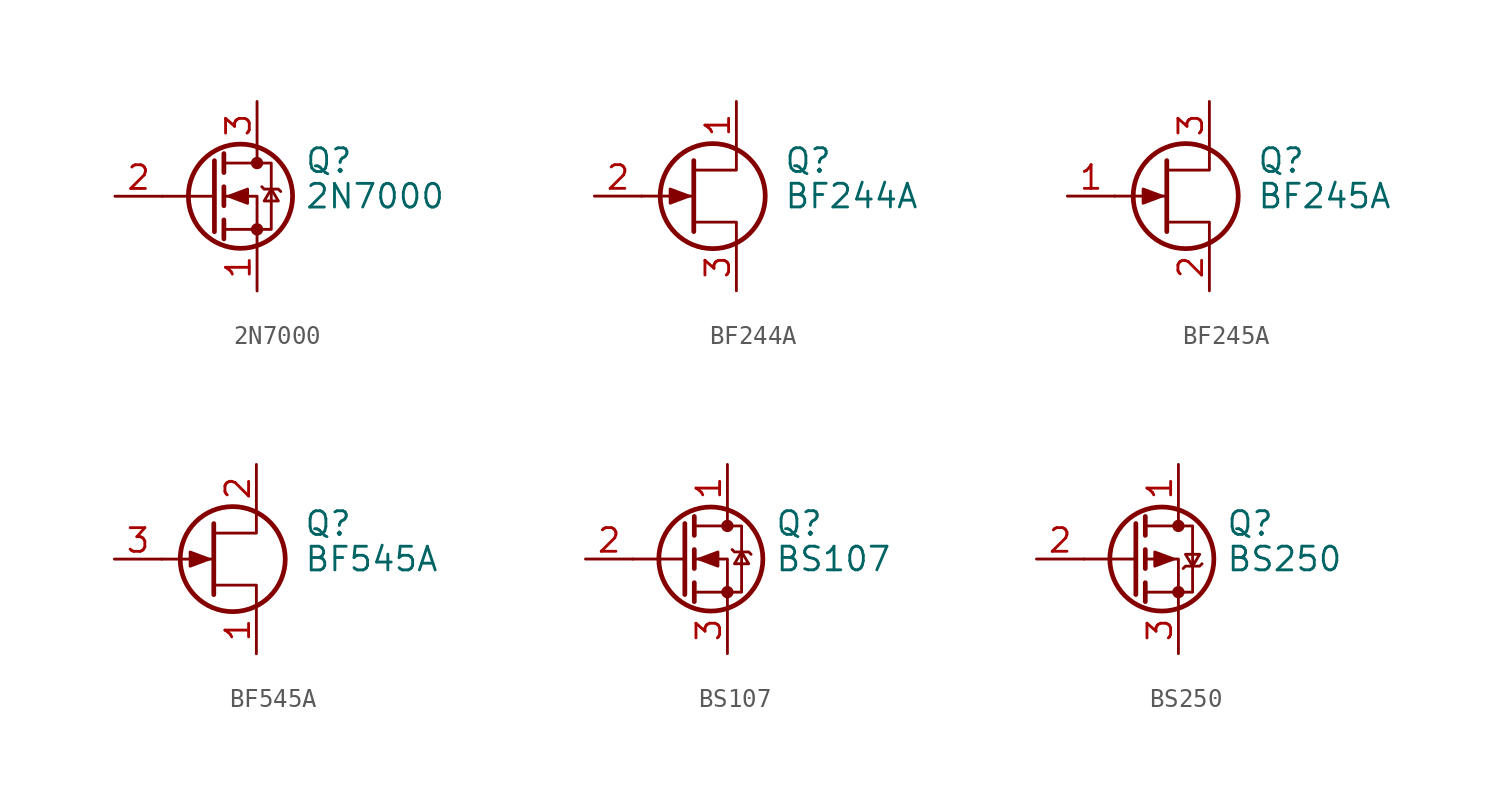
<source format=kicad_sym>
(kicad_symbol_lib
  (version 20210619)
  (generator kicad_symbol_editor)
  (symbol "Transistor_FET:2N7000"
    (pin_names hide)
    (property "Reference" "Q"
      (at 5.08 1.905 0)
      (effects (font (size 1.27 1.27)) (justify left)))
    (property "Value" "2N7000"
      (at 5.08 0 0)
      (effects (font (size 1.27 1.27)) (justify left)))
    (symbol "2N7000_0_1"
      (circle (center 1.651 0) (radius 2.794) (stroke (width 0.254)) (fill (type none)))
      (circle (center 2.54 -1.778) (radius 0.254) (stroke (width 0)) (fill (type outline)))
      (circle (center 2.54 1.778) (radius 0.254) (stroke (width 0)) (fill (type outline)))
      (polyline (pts (xy 0.254 0) (xy -2.54 0)) (stroke (width 0)) (fill (type none)))
      (polyline (pts (xy 0.254 1.905) (xy 0.254 -1.905)) (stroke (width 0.254)) (fill (type none)))
      (polyline (pts (xy 0.762 -1.27) (xy 0.762 -2.286)) (stroke (width 0.254)) (fill (type none)))
      (polyline (pts (xy 0.762 0.508) (xy 0.762 -0.508)) (stroke (width 0.254)) (fill (type none)))
      (polyline (pts (xy 0.762 2.286) (xy 0.762 1.27)) (stroke (width 0.254)) (fill (type none)))
      (polyline (pts (xy 2.54 2.54) (xy 2.54 1.778)) (stroke (width 0)) (fill (type none)))
      (polyline (pts (xy 2.54 -2.54) (xy 2.54 0) (xy 0.762 0)) (stroke (width 0)) (fill (type none)))
      (polyline (pts (xy 0.762 -1.778) (xy 3.302 -1.778) (xy 3.302 1.778) (xy 0.762 1.778)) (stroke (width 0)) (fill (type none)))
      (polyline (pts (xy 2.794 0.508) (xy 2.921 0.381) (xy 3.683 0.381) (xy 3.81 0.254)) (stroke (width 0)) (fill (type none)))
      (polyline (pts (xy 3.302 0.381) (xy 2.921 -0.254) (xy 3.683 -0.254) (xy 3.302 0.381)) (stroke (width 0)) (fill (type none)))
      (polyline (pts (xy 1.016 0) (xy 2.032 0.381) (xy 2.032 -0.381) (xy 1.016 0)) (stroke (width 0)) (fill (type outline))))
    (symbol "2N7000_1_1"
      (pin passive line (at 2.54 -5.08 90) (length 2.54) (name "S" (effects (font (size 1.27 1.27)))) (number "1" (effects (font (size 1.27 1.27)))))
      (pin input line (at -5.08 0 0) (length 2.54) (name "G" (effects (font (size 1.27 1.27)))) (number "2" (effects (font (size 1.27 1.27)))))
      (pin passive line (at 2.54 5.08 270) (length 2.54) (name "D" (effects (font (size 1.27 1.27)))) (number "3" (effects (font (size 1.27 1.27)))))))
  (symbol "Transistor_FET:BF244A"
    (pin_names hide)
    (property "Reference" "Q"
      (at 5.08 1.905 0)
      (effects (font (size 1.27 1.27)) (justify left)))
    (property "Value" "BF244A"
      (at 5.08 0 0)
      (effects (font (size 1.27 1.27)) (justify left)))
    (symbol "BF244A_0_1"
      (circle (center 1.27 0) (radius 2.819) (stroke (width 0.254)) (fill (type none)))
      (polyline (pts (xy 0.254 0) (xy -2.54 0)) (stroke (width 0)) (fill (type none)))
      (polyline (pts (xy 0.254 1.905) (xy 0.254 -1.905)) (stroke (width 0.254)) (fill (type none)))
      (polyline (pts (xy 2.54 -2.54) (xy 2.54 -1.397) (xy 0.254 -1.397)) (stroke (width 0)) (fill (type none)))
      (polyline (pts (xy 2.54 2.54) (xy 2.54 1.397) (xy 0.254 1.397)) (stroke (width 0)) (fill (type none)))
      (polyline (pts (xy 0 0) (xy -1.016 0.381) (xy -1.016 -0.381) (xy 0 0)) (stroke (width 0)) (fill (type outline))))
    (symbol "BF244A_1_1"
      (pin passive line (at 2.54 5.08 270) (length 2.54) (name "D" (effects (font (size 1.27 1.27)))) (number "1" (effects (font (size 1.27 1.27)))))
      (pin input line (at -5.08 0 0) (length 2.54) (name "G" (effects (font (size 1.27 1.27)))) (number "2" (effects (font (size 1.27 1.27)))))
      (pin passive line (at 2.54 -5.08 90) (length 2.54) (name "S" (effects (font (size 1.27 1.27)))) (number "3" (effects (font (size 1.27 1.27)))))))
  (symbol "Transistor_FET:BF245A"
    (pin_names hide)
    (property "Reference" "Q"
      (at 5.08 1.905 0)
      (effects (font (size 1.27 1.27)) (justify left)))
    (property "Value" "BF245A"
      (at 5.08 0 0)
      (effects (font (size 1.27 1.27)) (justify left)))
    (symbol "BF245A_0_1"
      (circle (center 1.27 0) (radius 2.819) (stroke (width 0.254)) (fill (type none)))
      (polyline (pts (xy 0.254 0) (xy -2.54 0)) (stroke (width 0)) (fill (type none)))
      (polyline (pts (xy 0.254 1.905) (xy 0.254 -1.905)) (stroke (width 0.254)) (fill (type none)))
      (polyline (pts (xy 2.54 -2.54) (xy 2.54 -1.397) (xy 0.254 -1.397)) (stroke (width 0)) (fill (type none)))
      (polyline (pts (xy 2.54 2.54) (xy 2.54 1.397) (xy 0.254 1.397)) (stroke (width 0)) (fill (type none)))
      (polyline (pts (xy 0 0) (xy -1.016 0.381) (xy -1.016 -0.381) (xy 0 0)) (stroke (width 0)) (fill (type outline))))
    (symbol "BF245A_1_1"
      (pin input line (at -5.08 0 0) (length 2.54) (name "G" (effects (font (size 1.27 1.27)))) (number "1" (effects (font (size 1.27 1.27)))))
      (pin passive line (at 2.54 -5.08 90) (length 2.54) (name "S" (effects (font (size 1.27 1.27)))) (number "2" (effects (font (size 1.27 1.27)))))
      (pin passive line (at 2.54 5.08 270) (length 2.54) (name "D" (effects (font (size 1.27 1.27)))) (number "3" (effects (font (size 1.27 1.27)))))))
  (symbol "Transistor_FET:BF545A"
    (pin_names hide)
    (property "Reference" "Q"
      (at 5.08 1.905 0)
      (effects (font (size 1.27 1.27)) (justify left)))
    (property "Value" "BF545A"
      (at 5.08 0 0)
      (effects (font (size 1.27 1.27)) (justify left)))
    (symbol "BF545A_0_1"
      (circle (center 1.27 0) (radius 2.819) (stroke (width 0.254)) (fill (type none)))
      (polyline (pts (xy 0.254 0) (xy -2.54 0)) (stroke (width 0)) (fill (type none)))
      (polyline (pts (xy 0.254 1.905) (xy 0.254 -1.905)) (stroke (width 0.254)) (fill (type none)))
      (polyline (pts (xy 2.54 -2.54) (xy 2.54 -1.397) (xy 0.254 -1.397)) (stroke (width 0)) (fill (type none)))
      (polyline (pts (xy 2.54 2.54) (xy 2.54 1.397) (xy 0.254 1.397)) (stroke (width 0)) (fill (type none)))
      (polyline (pts (xy 0 0) (xy -1.016 0.381) (xy -1.016 -0.381) (xy 0 0)) (stroke (width 0)) (fill (type outline))))
    (symbol "BF545A_1_1"
      (pin passive line (at 2.54 -5.08 90) (length 2.54) (name "S" (effects (font (size 1.27 1.27)))) (number "1" (effects (font (size 1.27 1.27)))))
      (pin passive line (at 2.54 5.08 270) (length 2.54) (name "D" (effects (font (size 1.27 1.27)))) (number "2" (effects (font (size 1.27 1.27)))))
      (pin input line (at -5.08 0 0) (length 2.54) (name "G" (effects (font (size 1.27 1.27)))) (number "3" (effects (font (size 1.27 1.27)))))))
  (symbol "Transistor_FET:BS107"
    (pin_names hide)
    (property "Reference" "Q"
      (at 5.08 1.905 0)
      (effects (font (size 1.27 1.27)) (justify left)))
    (property "Value" "BS107"
      (at 5.08 0 0)
      (effects (font (size 1.27 1.27)) (justify left)))
    (symbol "BS107_0_1"
      (circle (center 1.651 0) (radius 2.794) (stroke (width 0.254)) (fill (type none)))
      (circle (center 2.54 -1.778) (radius 0.254) (stroke (width 0)) (fill (type outline)))
      (circle (center 2.54 1.778) (radius 0.254) (stroke (width 0)) (fill (type outline)))
      (polyline (pts (xy 0.254 0) (xy -2.54 0)) (stroke (width 0)) (fill (type none)))
      (polyline (pts (xy 0.254 1.905) (xy 0.254 -1.905)) (stroke (width 0.254)) (fill (type none)))
      (polyline (pts (xy 0.762 -1.27) (xy 0.762 -2.286)) (stroke (width 0.254)) (fill (type none)))
      (polyline (pts (xy 0.762 0.508) (xy 0.762 -0.508)) (stroke (width 0.254)) (fill (type none)))
      (polyline (pts (xy 0.762 2.286) (xy 0.762 1.27)) (stroke (width 0.254)) (fill (type none)))
      (polyline (pts (xy 2.54 2.54) (xy 2.54 1.778)) (stroke (width 0)) (fill (type none)))
      (polyline (pts (xy 2.54 -2.54) (xy 2.54 0) (xy 0.762 0)) (stroke (width 0)) (fill (type none)))
      (polyline (pts (xy 0.762 -1.778) (xy 3.302 -1.778) (xy 3.302 1.778) (xy 0.762 1.778)) (stroke (width 0)) (fill (type none)))
      (polyline (pts (xy 2.794 0.508) (xy 2.921 0.381) (xy 3.683 0.381) (xy 3.81 0.254)) (stroke (width 0)) (fill (type none)))
      (polyline (pts (xy 3.302 0.381) (xy 2.921 -0.254) (xy 3.683 -0.254) (xy 3.302 0.381)) (stroke (width 0)) (fill (type none)))
      (polyline (pts (xy 1.016 0) (xy 2.032 0.381) (xy 2.032 -0.381) (xy 1.016 0)) (stroke (width 0)) (fill (type outline))))
    (symbol "BS107_1_1"
      (pin passive line (at 2.54 5.08 270) (length 2.54) (name "D" (effects (font (size 1.27 1.27)))) (number "1" (effects (font (size 1.27 1.27)))))
      (pin input line (at -5.08 0 0) (length 2.54) (name "G" (effects (font (size 1.27 1.27)))) (number "2" (effects (font (size 1.27 1.27)))))
      (pin passive line (at 2.54 -5.08 90) (length 2.54) (name "S" (effects (font (size 1.27 1.27)))) (number "3" (effects (font (size 1.27 1.27)))))))
  (symbol "Transistor_FET:BS250"
    (pin_names hide)
    (property "Reference" "Q"
      (at 5.08 1.905 0)
      (effects (font (size 1.27 1.27)) (justify left)))
    (property "Value" "BS250"
      (at 5.08 0 0)
      (effects (font (size 1.27 1.27)) (justify left)))
    (symbol "BS250_0_1"
      (circle (center 1.651 0) (radius 2.794) (stroke (width 0.254)) (fill (type none)))
      (circle (center 2.54 -1.778) (radius 0.254) (stroke (width 0)) (fill (type outline)))
      (circle (center 2.54 1.778) (radius 0.254) (stroke (width 0)) (fill (type outline)))
      (polyline (pts (xy 0.254 0) (xy -2.54 0)) (stroke (width 0)) (fill (type none)))
      (polyline (pts (xy 0.254 1.905) (xy 0.254 -1.905)) (stroke (width 0.254)) (fill (type none)))
      (polyline (pts (xy 0.762 -1.27) (xy 0.762 -2.286)) (stroke (width 0.254)) (fill (type none)))
      (polyline (pts (xy 0.762 0.508) (xy 0.762 -0.508)) (stroke (width 0.254)) (fill (type none)))
      (polyline (pts (xy 0.762 2.286) (xy 0.762 1.27)) (stroke (width 0.254)) (fill (type none)))
      (polyline (pts (xy 2.54 2.54) (xy 2.54 1.778)) (stroke (width 0)) (fill (type none)))
      (polyline (pts (xy 2.54 -2.54) (xy 2.54 0) (xy 0.762 0)) (stroke (width 0)) (fill (type none)))
      (polyline (pts (xy 0.762 1.778) (xy 3.302 1.778) (xy 3.302 -1.778) (xy 0.762 -1.778)) (stroke (width 0)) (fill (type none)))
      (polyline (pts (xy 2.794 -0.508) (xy 2.921 -0.381) (xy 3.683 -0.381) (xy 3.81 -0.254)) (stroke (width 0)) (fill (type none)))
      (polyline (pts (xy 3.302 -0.381) (xy 2.921 0.254) (xy 3.683 0.254) (xy 3.302 -0.381)) (stroke (width 0)) (fill (type none)))
      (polyline (pts (xy 2.286 0) (xy 1.27 0.381) (xy 1.27 -0.381) (xy 2.286 0)) (stroke (width 0)) (fill (type outline))))
    (symbol "BS250_1_1"
      (pin passive line (at 2.54 5.08 270) (length 2.54) (name "D" (effects (font (size 1.27 1.27)))) (number "1" (effects (font (size 1.27 1.27)))))
      (pin input line (at -5.08 0 0) (length 2.54) (name "G" (effects (font (size 1.27 1.27)))) (number "2" (effects (font (size 1.27 1.27)))))
      (pin passive line (at 2.54 -5.08 90) (length 2.54) (name "S" (effects (font (size 1.27 1.27)))) (number "3" (effects (font (size 1.27 1.27))))))))
</source>
